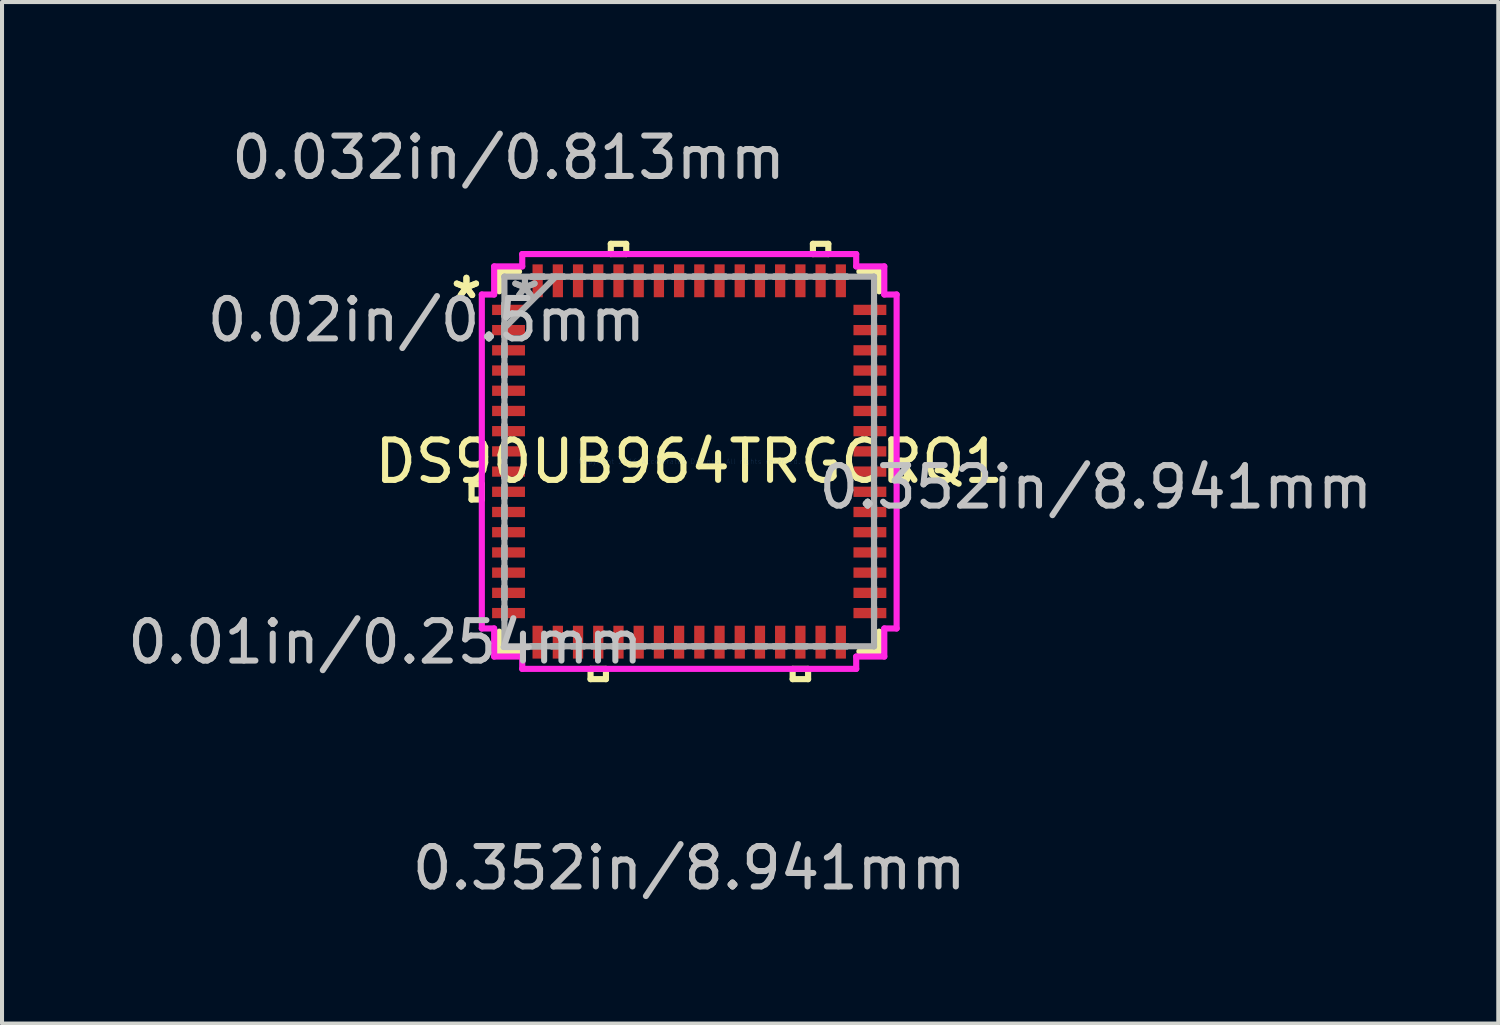
<source format=kicad_pcb>
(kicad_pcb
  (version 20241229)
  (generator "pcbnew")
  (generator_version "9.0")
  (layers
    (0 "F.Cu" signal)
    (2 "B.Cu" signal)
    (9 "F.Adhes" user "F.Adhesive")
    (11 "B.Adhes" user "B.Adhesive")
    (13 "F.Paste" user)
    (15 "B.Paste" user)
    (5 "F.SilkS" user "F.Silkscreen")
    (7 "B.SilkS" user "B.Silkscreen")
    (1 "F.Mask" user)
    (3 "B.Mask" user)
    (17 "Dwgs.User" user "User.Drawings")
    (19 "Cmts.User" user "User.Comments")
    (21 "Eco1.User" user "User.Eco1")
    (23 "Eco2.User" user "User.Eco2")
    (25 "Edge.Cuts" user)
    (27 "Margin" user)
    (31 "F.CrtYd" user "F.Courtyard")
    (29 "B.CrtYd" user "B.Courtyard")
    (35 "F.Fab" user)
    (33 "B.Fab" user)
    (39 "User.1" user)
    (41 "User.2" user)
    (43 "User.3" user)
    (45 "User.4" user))
  (footprint "DS90UB964TRGCRQ1"
    (layer "F.Cu")
    (at 14.001 8.367)
    (property "Reference" "DS90UB964TRGCRQ1" (at 0 0 0) (layer "F.SilkS") (effects (font (size 1 1) (thickness 0.15))))
    (attr through_hole)
    (fp_line (start -5.385 0.56) (end -5.385 0.941) (stroke (width 0.152) (type solid)) (layer "F.SilkS"))
    (fp_line (start -5.385 0.941) (end -5.131 0.941) (stroke (width 0.152) (type solid)) (layer "F.SilkS"))
    (fp_line (start -5.131 0.56) (end -5.385 0.56) (stroke (width 0.152) (type solid)) (layer "F.SilkS"))
    (fp_line (start -5.131 0.941) (end -5.131 0.56) (stroke (width 0.152) (type solid)) (layer "F.SilkS"))
    (fp_line (start -4.699 -4.699) (end -4.699 -4.21) (stroke (width 0.152) (type solid)) (layer "F.SilkS"))
    (fp_line (start -4.699 4.21) (end -4.699 4.699) (stroke (width 0.152) (type solid)) (layer "F.SilkS"))
    (fp_line (start -4.699 4.699) (end -4.21 4.699) (stroke (width 0.152) (type solid)) (layer "F.SilkS"))
    (fp_line (start -4.21 -4.699) (end -4.699 -4.699) (stroke (width 0.152) (type solid)) (layer "F.SilkS"))
    (fp_line (start -2.441 5.131) (end -2.441 5.385) (stroke (width 0.152) (type solid)) (layer "F.SilkS"))
    (fp_line (start -2.441 5.385) (end -2.06 5.385) (stroke (width 0.152) (type solid)) (layer "F.SilkS"))
    (fp_line (start -2.06 5.131) (end -2.441 5.131) (stroke (width 0.152) (type solid)) (layer "F.SilkS"))
    (fp_line (start -2.06 5.385) (end -2.06 5.131) (stroke (width 0.152) (type solid)) (layer "F.SilkS"))
    (fp_line (start -1.94 -5.385) (end -1.559 -5.385) (stroke (width 0.152) (type solid)) (layer "F.SilkS"))
    (fp_line (start -1.94 -5.131) (end -1.94 -5.385) (stroke (width 0.152) (type solid)) (layer "F.SilkS"))
    (fp_line (start -1.559 -5.385) (end -1.559 -5.131) (stroke (width 0.152) (type solid)) (layer "F.SilkS"))
    (fp_line (start -1.559 -5.131) (end -1.94 -5.131) (stroke (width 0.152) (type solid)) (layer "F.SilkS"))
    (fp_line (start 2.559 5.131) (end 2.559 5.385) (stroke (width 0.152) (type solid)) (layer "F.SilkS"))
    (fp_line (start 2.559 5.385) (end 2.941 5.385) (stroke (width 0.152) (type solid)) (layer "F.SilkS"))
    (fp_line (start 2.941 5.131) (end 2.559 5.131) (stroke (width 0.152) (type solid)) (layer "F.SilkS"))
    (fp_line (start 2.941 5.385) (end 2.941 5.131) (stroke (width 0.152) (type solid)) (layer "F.SilkS"))
    (fp_line (start 3.06 -5.385) (end 3.441 -5.385) (stroke (width 0.152) (type solid)) (layer "F.SilkS"))
    (fp_line (start 3.06 -5.131) (end 3.06 -5.385) (stroke (width 0.152) (type solid)) (layer "F.SilkS"))
    (fp_line (start 3.441 -5.385) (end 3.441 -5.131) (stroke (width 0.152) (type solid)) (layer "F.SilkS"))
    (fp_line (start 3.441 -5.131) (end 3.06 -5.131) (stroke (width 0.152) (type solid)) (layer "F.SilkS"))
    (fp_line (start 4.21 4.699) (end 4.699 4.699) (stroke (width 0.152) (type solid)) (layer "F.SilkS"))
    (fp_line (start 4.699 -4.699) (end 4.21 -4.699) (stroke (width 0.152) (type solid)) (layer "F.SilkS"))
    (fp_line (start 4.699 -4.21) (end 4.699 -4.699) (stroke (width 0.152) (type solid)) (layer "F.SilkS"))
    (fp_line (start 4.699 4.699) (end 4.699 4.21) (stroke (width 0.152) (type solid)) (layer "F.SilkS"))
    (fp_line (start 5.131 0.059) (end 5.385 0.059) (stroke (width 0.152) (type solid)) (layer "F.SilkS"))
    (fp_line (start 5.131 0.441) (end 5.131 0.059) (stroke (width 0.152) (type solid)) (layer "F.SilkS"))
    (fp_line (start 5.385 0.059) (end 5.385 0.441) (stroke (width 0.152) (type solid)) (layer "F.SilkS"))
    (fp_line (start 5.385 0.441) (end 5.131 0.441) (stroke (width 0.152) (type solid)) (layer "F.SilkS"))
    (fp_line (start -5.131 -4.131) (end -4.826 -4.131) (stroke (width 0.152) (type solid)) (layer "F.CrtYd"))
    (fp_line (start -5.131 4.131) (end -5.131 -4.131) (stroke (width 0.152) (type solid)) (layer "F.CrtYd"))
    (fp_line (start -4.826 -4.826) (end -4.131 -4.826) (stroke (width 0.152) (type solid)) (layer "F.CrtYd"))
    (fp_line (start -4.826 -4.131) (end -4.826 -4.826) (stroke (width 0.152) (type solid)) (layer "F.CrtYd"))
    (fp_line (start -4.826 4.131) (end -5.131 4.131) (stroke (width 0.152) (type solid)) (layer "F.CrtYd"))
    (fp_line (start -4.826 4.826) (end -4.826 4.131) (stroke (width 0.152) (type solid)) (layer "F.CrtYd"))
    (fp_line (start -4.131 -5.131) (end 4.131 -5.131) (stroke (width 0.152) (type solid)) (layer "F.CrtYd"))
    (fp_line (start -4.131 -4.826) (end -4.131 -5.131) (stroke (width 0.152) (type solid)) (layer "F.CrtYd"))
    (fp_line (start -4.131 4.826) (end -4.826 4.826) (stroke (width 0.152) (type solid)) (layer "F.CrtYd"))
    (fp_line (start -4.131 5.131) (end -4.131 4.826) (stroke (width 0.152) (type solid)) (layer "F.CrtYd"))
    (fp_line (start 4.131 -5.131) (end 4.131 -4.826) (stroke (width 0.152) (type solid)) (layer "F.CrtYd"))
    (fp_line (start 4.131 -4.826) (end 4.826 -4.826) (stroke (width 0.152) (type solid)) (layer "F.CrtYd"))
    (fp_line (start 4.131 4.826) (end 4.131 5.131) (stroke (width 0.152) (type solid)) (layer "F.CrtYd"))
    (fp_line (start 4.131 5.131) (end -4.131 5.131) (stroke (width 0.152) (type solid)) (layer "F.CrtYd"))
    (fp_line (start 4.826 -4.826) (end 4.826 -4.131) (stroke (width 0.152) (type solid)) (layer "F.CrtYd"))
    (fp_line (start 4.826 -4.131) (end 5.131 -4.131) (stroke (width 0.152) (type solid)) (layer "F.CrtYd"))
    (fp_line (start 4.826 4.131) (end 4.826 4.826) (stroke (width 0.152) (type solid)) (layer "F.CrtYd"))
    (fp_line (start 4.826 4.826) (end 4.131 4.826) (stroke (width 0.152) (type solid)) (layer "F.CrtYd"))
    (fp_line (start 5.131 -4.131) (end 5.131 4.131) (stroke (width 0.152) (type solid)) (layer "F.CrtYd"))
    (fp_line (start 5.131 4.131) (end 4.826 4.131) (stroke (width 0.152) (type solid)) (layer "F.CrtYd"))
    (fp_line (start -4.572 -4.572) (end -4.572 -4.572) (stroke (width 0.152) (type solid)) (layer "F.Fab"))
    (fp_line (start -4.572 -4.572) (end -4.572 4.572) (stroke (width 0.152) (type solid)) (layer "F.Fab"))
    (fp_line (start -4.572 -3.902) (end -4.572 -3.902) (stroke (width 0.152) (type solid)) (layer "F.Fab"))
    (fp_line (start -4.572 -3.902) (end -4.572 -3.598) (stroke (width 0.152) (type solid)) (layer "F.Fab"))
    (fp_line (start -4.572 -3.598) (end -4.572 -3.902) (stroke (width 0.152) (type solid)) (layer "F.Fab"))
    (fp_line (start -4.572 -3.598) (end -4.572 -3.598) (stroke (width 0.152) (type solid)) (layer "F.Fab"))
    (fp_line (start -4.572 -3.402) (end -4.572 -3.402) (stroke (width 0.152) (type solid)) (layer "F.Fab"))
    (fp_line (start -4.572 -3.402) (end -4.572 -3.098) (stroke (width 0.152) (type solid)) (layer "F.Fab"))
    (fp_line (start -4.572 -3.302) (end -3.302 -4.572) (stroke (width 0.152) (type solid)) (layer "F.Fab"))
    (fp_line (start -4.572 -3.098) (end -4.572 -3.402) (stroke (width 0.152) (type solid)) (layer "F.Fab"))
    (fp_line (start -4.572 -3.098) (end -4.572 -3.098) (stroke (width 0.152) (type solid)) (layer "F.Fab"))
    (fp_line (start -4.572 -2.902) (end -4.572 -2.902) (stroke (width 0.152) (type solid)) (layer "F.Fab"))
    (fp_line (start -4.572 -2.902) (end -4.572 -2.598) (stroke (width 0.152) (type solid)) (layer "F.Fab"))
    (fp_line (start -4.572 -2.598) (end -4.572 -2.902) (stroke (width 0.152) (type solid)) (layer "F.Fab"))
    (fp_line (start -4.572 -2.598) (end -4.572 -2.598) (stroke (width 0.152) (type solid)) (layer "F.Fab"))
    (fp_line (start -4.572 -2.402) (end -4.572 -2.402) (stroke (width 0.152) (type solid)) (layer "F.Fab"))
    (fp_line (start -4.572 -2.402) (end -4.572 -2.098) (stroke (width 0.152) (type solid)) (layer "F.Fab"))
    (fp_line (start -4.572 -2.098) (end -4.572 -2.402) (stroke (width 0.152) (type solid)) (layer "F.Fab"))
    (fp_line (start -4.572 -2.098) (end -4.572 -2.098) (stroke (width 0.152) (type solid)) (layer "F.Fab"))
    (fp_line (start -4.572 -1.902) (end -4.572 -1.902) (stroke (width 0.152) (type solid)) (layer "F.Fab"))
    (fp_line (start -4.572 -1.902) (end -4.572 -1.598) (stroke (width 0.152) (type solid)) (layer "F.Fab"))
    (fp_line (start -4.572 -1.598) (end -4.572 -1.902) (stroke (width 0.152) (type solid)) (layer "F.Fab"))
    (fp_line (start -4.572 -1.598) (end -4.572 -1.598) (stroke (width 0.152) (type solid)) (layer "F.Fab"))
    (fp_line (start -4.572 -1.402) (end -4.572 -1.402) (stroke (width 0.152) (type solid)) (layer "F.Fab"))
    (fp_line (start -4.572 -1.402) (end -4.572 -1.098) (stroke (width 0.152) (type solid)) (layer "F.Fab"))
    (fp_line (start -4.572 -1.098) (end -4.572 -1.402) (stroke (width 0.152) (type solid)) (layer "F.Fab"))
    (fp_line (start -4.572 -1.098) (end -4.572 -1.098) (stroke (width 0.152) (type solid)) (layer "F.Fab"))
    (fp_line (start -4.572 -0.902) (end -4.572 -0.902) (stroke (width 0.152) (type solid)) (layer "F.Fab"))
    (fp_line (start -4.572 -0.902) (end -4.572 -0.598) (stroke (width 0.152) (type solid)) (layer "F.Fab"))
    (fp_line (start -4.572 -0.598) (end -4.572 -0.902) (stroke (width 0.152) (type solid)) (layer "F.Fab"))
    (fp_line (start -4.572 -0.598) (end -4.572 -0.598) (stroke (width 0.152) (type solid)) (layer "F.Fab"))
    (fp_line (start -4.572 -0.402) (end -4.572 -0.402) (stroke (width 0.152) (type solid)) (layer "F.Fab"))
    (fp_line (start -4.572 -0.402) (end -4.572 -0.098) (stroke (width 0.152) (type solid)) (layer "F.Fab"))
    (fp_line (start -4.572 -0.098) (end -4.572 -0.402) (stroke (width 0.152) (type solid)) (layer "F.Fab"))
    (fp_line (start -4.572 -0.098) (end -4.572 -0.098) (stroke (width 0.152) (type solid)) (layer "F.Fab"))
    (fp_line (start -4.572 0.098) (end -4.572 0.098) (stroke (width 0.152) (type solid)) (layer "F.Fab"))
    (fp_line (start -4.572 0.098) (end -4.572 0.402) (stroke (width 0.152) (type solid)) (layer "F.Fab"))
    (fp_line (start -4.572 0.402) (end -4.572 0.098) (stroke (width 0.152) (type solid)) (layer "F.Fab"))
    (fp_line (start -4.572 0.402) (end -4.572 0.402) (stroke (width 0.152) (type solid)) (layer "F.Fab"))
    (fp_line (start -4.572 0.598) (end -4.572 0.598) (stroke (width 0.152) (type solid)) (layer "F.Fab"))
    (fp_line (start -4.572 0.598) (end -4.572 0.902) (stroke (width 0.152) (type solid)) (layer "F.Fab"))
    (fp_line (start -4.572 0.902) (end -4.572 0.598) (stroke (width 0.152) (type solid)) (layer "F.Fab"))
    (fp_line (start -4.572 0.902) (end -4.572 0.902) (stroke (width 0.152) (type solid)) (layer "F.Fab"))
    (fp_line (start -4.572 1.098) (end -4.572 1.098) (stroke (width 0.152) (type solid)) (layer "F.Fab"))
    (fp_line (start -4.572 1.098) (end -4.572 1.402) (stroke (width 0.152) (type solid)) (layer "F.Fab"))
    (fp_line (start -4.572 1.402) (end -4.572 1.098) (stroke (width 0.152) (type solid)) (layer "F.Fab"))
    (fp_line (start -4.572 1.402) (end -4.572 1.402) (stroke (width 0.152) (type solid)) (layer "F.Fab"))
    (fp_line (start -4.572 1.598) (end -4.572 1.598) (stroke (width 0.152) (type solid)) (layer "F.Fab"))
    (fp_line (start -4.572 1.598) (end -4.572 1.902) (stroke (width 0.152) (type solid)) (layer "F.Fab"))
    (fp_line (start -4.572 1.902) (end -4.572 1.598) (stroke (width 0.152) (type solid)) (layer "F.Fab"))
    (fp_line (start -4.572 1.902) (end -4.572 1.902) (stroke (width 0.152) (type solid)) (layer "F.Fab"))
    (fp_line (start -4.572 2.098) (end -4.572 2.098) (stroke (width 0.152) (type solid)) (layer "F.Fab"))
    (fp_line (start -4.572 2.098) (end -4.572 2.402) (stroke (width 0.152) (type solid)) (layer "F.Fab"))
    (fp_line (start -4.572 2.402) (end -4.572 2.098) (stroke (width 0.152) (type solid)) (layer "F.Fab"))
    (fp_line (start -4.572 2.402) (end -4.572 2.402) (stroke (width 0.152) (type solid)) (layer "F.Fab"))
    (fp_line (start -4.572 2.598) (end -4.572 2.598) (stroke (width 0.152) (type solid)) (layer "F.Fab"))
    (fp_line (start -4.572 2.598) (end -4.572 2.902) (stroke (width 0.152) (type solid)) (layer "F.Fab"))
    (fp_line (start -4.572 2.902) (end -4.572 2.598) (stroke (width 0.152) (type solid)) (layer "F.Fab"))
    (fp_line (start -4.572 2.902) (end -4.572 2.902) (stroke (width 0.152) (type solid)) (layer "F.Fab"))
    (fp_line (start -4.572 3.098) (end -4.572 3.098) (stroke (width 0.152) (type solid)) (layer "F.Fab"))
    (fp_line (start -4.572 3.098) (end -4.572 3.402) (stroke (width 0.152) (type solid)) (layer "F.Fab"))
    (fp_line (start -4.572 3.402) (end -4.572 3.098) (stroke (width 0.152) (type solid)) (layer "F.Fab"))
    (fp_line (start -4.572 3.402) (end -4.572 3.402) (stroke (width 0.152) (type solid)) (layer "F.Fab"))
    (fp_line (start -4.572 3.598) (end -4.572 3.598) (stroke (width 0.152) (type solid)) (layer "F.Fab"))
    (fp_line (start -4.572 3.598) (end -4.572 3.902) (stroke (width 0.152) (type solid)) (layer "F.Fab"))
    (fp_line (start -4.572 3.902) (end -4.572 3.598) (stroke (width 0.152) (type solid)) (layer "F.Fab"))
    (fp_line (start -4.572 3.902) (end -4.572 3.902) (stroke (width 0.152) (type solid)) (layer "F.Fab"))
    (fp_line (start -4.572 4.572) (end -4.572 4.572) (stroke (width 0.152) (type solid)) (layer "F.Fab"))
    (fp_line (start -4.572 4.572) (end 4.572 4.572) (stroke (width 0.152) (type solid)) (layer "F.Fab"))
    (fp_line (start -3.902 -4.572) (end -3.902 -4.572) (stroke (width 0.152) (type solid)) (layer "F.Fab"))
    (fp_line (start -3.902 -4.572) (end -3.598 -4.572) (stroke (width 0.152) (type solid)) (layer "F.Fab"))
    (fp_line (start -3.902 4.572) (end -3.902 4.572) (stroke (width 0.152) (type solid)) (layer "F.Fab"))
    (fp_line (start -3.902 4.572) (end -3.598 4.572) (stroke (width 0.152) (type solid)) (layer "F.Fab"))
    (fp_line (start -3.598 -4.572) (end -3.902 -4.572) (stroke (width 0.152) (type solid)) (layer "F.Fab"))
    (fp_line (start -3.598 -4.572) (end -3.598 -4.572) (stroke (width 0.152) (type solid)) (layer "F.Fab"))
    (fp_line (start -3.598 4.572) (end -3.902 4.572) (stroke (width 0.152) (type solid)) (layer "F.Fab"))
    (fp_line (start -3.598 4.572) (end -3.598 4.572) (stroke (width 0.152) (type solid)) (layer "F.Fab"))
    (fp_line (start -3.402 -4.572) (end -3.402 -4.572) (stroke (width 0.152) (type solid)) (layer "F.Fab"))
    (fp_line (start -3.402 -4.572) (end -3.098 -4.572) (stroke (width 0.152) (type solid)) (layer "F.Fab"))
    (fp_line (start -3.402 4.572) (end -3.402 4.572) (stroke (width 0.152) (type solid)) (layer "F.Fab"))
    (fp_line (start -3.402 4.572) (end -3.098 4.572) (stroke (width 0.152) (type solid)) (layer "F.Fab"))
    (fp_line (start -3.098 -4.572) (end -3.402 -4.572) (stroke (width 0.152) (type solid)) (layer "F.Fab"))
    (fp_line (start -3.098 -4.572) (end -3.098 -4.572) (stroke (width 0.152) (type solid)) (layer "F.Fab"))
    (fp_line (start -3.098 4.572) (end -3.402 4.572) (stroke (width 0.152) (type solid)) (layer "F.Fab"))
    (fp_line (start -3.098 4.572) (end -3.098 4.572) (stroke (width 0.152) (type solid)) (layer "F.Fab"))
    (fp_line (start -2.902 -4.572) (end -2.902 -4.572) (stroke (width 0.152) (type solid)) (layer "F.Fab"))
    (fp_line (start -2.902 -4.572) (end -2.598 -4.572) (stroke (width 0.152) (type solid)) (layer "F.Fab"))
    (fp_line (start -2.902 4.572) (end -2.902 4.572) (stroke (width 0.152) (type solid)) (layer "F.Fab"))
    (fp_line (start -2.902 4.572) (end -2.598 4.572) (stroke (width 0.152) (type solid)) (layer "F.Fab"))
    (fp_line (start -2.598 -4.572) (end -2.902 -4.572) (stroke (width 0.152) (type solid)) (layer "F.Fab"))
    (fp_line (start -2.598 -4.572) (end -2.598 -4.572) (stroke (width 0.152) (type solid)) (layer "F.Fab"))
    (fp_line (start -2.598 4.572) (end -2.902 4.572) (stroke (width 0.152) (type solid)) (layer "F.Fab"))
    (fp_line (start -2.598 4.572) (end -2.598 4.572) (stroke (width 0.152) (type solid)) (layer "F.Fab"))
    (fp_line (start -2.402 -4.572) (end -2.402 -4.572) (stroke (width 0.152) (type solid)) (layer "F.Fab"))
    (fp_line (start -2.402 -4.572) (end -2.098 -4.572) (stroke (width 0.152) (type solid)) (layer "F.Fab"))
    (fp_line (start -2.402 4.572) (end -2.402 4.572) (stroke (width 0.152) (type solid)) (layer "F.Fab"))
    (fp_line (start -2.402 4.572) (end -2.098 4.572) (stroke (width 0.152) (type solid)) (layer "F.Fab"))
    (fp_line (start -2.098 -4.572) (end -2.402 -4.572) (stroke (width 0.152) (type solid)) (layer "F.Fab"))
    (fp_line (start -2.098 -4.572) (end -2.098 -4.572) (stroke (width 0.152) (type solid)) (layer "F.Fab"))
    (fp_line (start -2.098 4.572) (end -2.402 4.572) (stroke (width 0.152) (type solid)) (layer "F.Fab"))
    (fp_line (start -2.098 4.572) (end -2.098 4.572) (stroke (width 0.152) (type solid)) (layer "F.Fab"))
    (fp_line (start -1.902 -4.572) (end -1.902 -4.572) (stroke (width 0.152) (type solid)) (layer "F.Fab"))
    (fp_line (start -1.902 -4.572) (end -1.598 -4.572) (stroke (width 0.152) (type solid)) (layer "F.Fab"))
    (fp_line (start -1.902 4.572) (end -1.902 4.572) (stroke (width 0.152) (type solid)) (layer "F.Fab"))
    (fp_line (start -1.902 4.572) (end -1.598 4.572) (stroke (width 0.152) (type solid)) (layer "F.Fab"))
    (fp_line (start -1.598 -4.572) (end -1.902 -4.572) (stroke (width 0.152) (type solid)) (layer "F.Fab"))
    (fp_line (start -1.598 -4.572) (end -1.598 -4.572) (stroke (width 0.152) (type solid)) (layer "F.Fab"))
    (fp_line (start -1.598 4.572) (end -1.902 4.572) (stroke (width 0.152) (type solid)) (layer "F.Fab"))
    (fp_line (start -1.598 4.572) (end -1.598 4.572) (stroke (width 0.152) (type solid)) (layer "F.Fab"))
    (fp_line (start -1.402 -4.572) (end -1.402 -4.572) (stroke (width 0.152) (type solid)) (layer "F.Fab"))
    (fp_line (start -1.402 -4.572) (end -1.098 -4.572) (stroke (width 0.152) (type solid)) (layer "F.Fab"))
    (fp_line (start -1.402 4.572) (end -1.402 4.572) (stroke (width 0.152) (type solid)) (layer "F.Fab"))
    (fp_line (start -1.402 4.572) (end -1.098 4.572) (stroke (width 0.152) (type solid)) (layer "F.Fab"))
    (fp_line (start -1.098 -4.572) (end -1.402 -4.572) (stroke (width 0.152) (type solid)) (layer "F.Fab"))
    (fp_line (start -1.098 -4.572) (end -1.098 -4.572) (stroke (width 0.152) (type solid)) (layer "F.Fab"))
    (fp_line (start -1.098 4.572) (end -1.402 4.572) (stroke (width 0.152) (type solid)) (layer "F.Fab"))
    (fp_line (start -1.098 4.572) (end -1.098 4.572) (stroke (width 0.152) (type solid)) (layer "F.Fab"))
    (fp_line (start -0.902 -4.572) (end -0.902 -4.572) (stroke (width 0.152) (type solid)) (layer "F.Fab"))
    (fp_line (start -0.902 -4.572) (end -0.598 -4.572) (stroke (width 0.152) (type solid)) (layer "F.Fab"))
    (fp_line (start -0.902 4.572) (end -0.902 4.572) (stroke (width 0.152) (type solid)) (layer "F.Fab"))
    (fp_line (start -0.902 4.572) (end -0.598 4.572) (stroke (width 0.152) (type solid)) (layer "F.Fab"))
    (fp_line (start -0.598 -4.572) (end -0.902 -4.572) (stroke (width 0.152) (type solid)) (layer "F.Fab"))
    (fp_line (start -0.598 -4.572) (end -0.598 -4.572) (stroke (width 0.152) (type solid)) (layer "F.Fab"))
    (fp_line (start -0.598 4.572) (end -0.902 4.572) (stroke (width 0.152) (type solid)) (layer "F.Fab"))
    (fp_line (start -0.598 4.572) (end -0.598 4.572) (stroke (width 0.152) (type solid)) (layer "F.Fab"))
    (fp_line (start -0.402 -4.572) (end -0.402 -4.572) (stroke (width 0.152) (type solid)) (layer "F.Fab"))
    (fp_line (start -0.402 -4.572) (end -0.098 -4.572) (stroke (width 0.152) (type solid)) (layer "F.Fab"))
    (fp_line (start -0.402 4.572) (end -0.402 4.572) (stroke (width 0.152) (type solid)) (layer "F.Fab"))
    (fp_line (start -0.402 4.572) (end -0.098 4.572) (stroke (width 0.152) (type solid)) (layer "F.Fab"))
    (fp_line (start -0.098 -4.572) (end -0.402 -4.572) (stroke (width 0.152) (type solid)) (layer "F.Fab"))
    (fp_line (start -0.098 -4.572) (end -0.098 -4.572) (stroke (width 0.152) (type solid)) (layer "F.Fab"))
    (fp_line (start -0.098 4.572) (end -0.402 4.572) (stroke (width 0.152) (type solid)) (layer "F.Fab"))
    (fp_line (start -0.098 4.572) (end -0.098 4.572) (stroke (width 0.152) (type solid)) (layer "F.Fab"))
    (fp_line (start 0.098 -4.572) (end 0.098 -4.572) (stroke (width 0.152) (type solid)) (layer "F.Fab"))
    (fp_line (start 0.098 -4.572) (end 0.402 -4.572) (stroke (width 0.152) (type solid)) (layer "F.Fab"))
    (fp_line (start 0.098 4.572) (end 0.098 4.572) (stroke (width 0.152) (type solid)) (layer "F.Fab"))
    (fp_line (start 0.098 4.572) (end 0.402 4.572) (stroke (width 0.152) (type solid)) (layer "F.Fab"))
    (fp_line (start 0.402 -4.572) (end 0.098 -4.572) (stroke (width 0.152) (type solid)) (layer "F.Fab"))
    (fp_line (start 0.402 -4.572) (end 0.402 -4.572) (stroke (width 0.152) (type solid)) (layer "F.Fab"))
    (fp_line (start 0.402 4.572) (end 0.098 4.572) (stroke (width 0.152) (type solid)) (layer "F.Fab"))
    (fp_line (start 0.402 4.572) (end 0.402 4.572) (stroke (width 0.152) (type solid)) (layer "F.Fab"))
    (fp_line (start 0.598 -4.572) (end 0.598 -4.572) (stroke (width 0.152) (type solid)) (layer "F.Fab"))
    (fp_line (start 0.598 -4.572) (end 0.902 -4.572) (stroke (width 0.152) (type solid)) (layer "F.Fab"))
    (fp_line (start 0.598 4.572) (end 0.598 4.572) (stroke (width 0.152) (type solid)) (layer "F.Fab"))
    (fp_line (start 0.598 4.572) (end 0.902 4.572) (stroke (width 0.152) (type solid)) (layer "F.Fab"))
    (fp_line (start 0.902 -4.572) (end 0.598 -4.572) (stroke (width 0.152) (type solid)) (layer "F.Fab"))
    (fp_line (start 0.902 -4.572) (end 0.902 -4.572) (stroke (width 0.152) (type solid)) (layer "F.Fab"))
    (fp_line (start 0.902 4.572) (end 0.598 4.572) (stroke (width 0.152) (type solid)) (layer "F.Fab"))
    (fp_line (start 0.902 4.572) (end 0.902 4.572) (stroke (width 0.152) (type solid)) (layer "F.Fab"))
    (fp_line (start 1.098 -4.572) (end 1.098 -4.572) (stroke (width 0.152) (type solid)) (layer "F.Fab"))
    (fp_line (start 1.098 -4.572) (end 1.402 -4.572) (stroke (width 0.152) (type solid)) (layer "F.Fab"))
    (fp_line (start 1.098 4.572) (end 1.098 4.572) (stroke (width 0.152) (type solid)) (layer "F.Fab"))
    (fp_line (start 1.098 4.572) (end 1.402 4.572) (stroke (width 0.152) (type solid)) (layer "F.Fab"))
    (fp_line (start 1.402 -4.572) (end 1.098 -4.572) (stroke (width 0.152) (type solid)) (layer "F.Fab"))
    (fp_line (start 1.402 -4.572) (end 1.402 -4.572) (stroke (width 0.152) (type solid)) (layer "F.Fab"))
    (fp_line (start 1.402 4.572) (end 1.098 4.572) (stroke (width 0.152) (type solid)) (layer "F.Fab"))
    (fp_line (start 1.402 4.572) (end 1.402 4.572) (stroke (width 0.152) (type solid)) (layer "F.Fab"))
    (fp_line (start 1.598 -4.572) (end 1.598 -4.572) (stroke (width 0.152) (type solid)) (layer "F.Fab"))
    (fp_line (start 1.598 -4.572) (end 1.902 -4.572) (stroke (width 0.152) (type solid)) (layer "F.Fab"))
    (fp_line (start 1.598 4.572) (end 1.598 4.572) (stroke (width 0.152) (type solid)) (layer "F.Fab"))
    (fp_line (start 1.598 4.572) (end 1.902 4.572) (stroke (width 0.152) (type solid)) (layer "F.Fab"))
    (fp_line (start 1.902 -4.572) (end 1.598 -4.572) (stroke (width 0.152) (type solid)) (layer "F.Fab"))
    (fp_line (start 1.902 -4.572) (end 1.902 -4.572) (stroke (width 0.152) (type solid)) (layer "F.Fab"))
    (fp_line (start 1.902 4.572) (end 1.598 4.572) (stroke (width 0.152) (type solid)) (layer "F.Fab"))
    (fp_line (start 1.902 4.572) (end 1.902 4.572) (stroke (width 0.152) (type solid)) (layer "F.Fab"))
    (fp_line (start 2.098 -4.572) (end 2.098 -4.572) (stroke (width 0.152) (type solid)) (layer "F.Fab"))
    (fp_line (start 2.098 -4.572) (end 2.402 -4.572) (stroke (width 0.152) (type solid)) (layer "F.Fab"))
    (fp_line (start 2.098 4.572) (end 2.098 4.572) (stroke (width 0.152) (type solid)) (layer "F.Fab"))
    (fp_line (start 2.098 4.572) (end 2.402 4.572) (stroke (width 0.152) (type solid)) (layer "F.Fab"))
    (fp_line (start 2.402 -4.572) (end 2.098 -4.572) (stroke (width 0.152) (type solid)) (layer "F.Fab"))
    (fp_line (start 2.402 -4.572) (end 2.402 -4.572) (stroke (width 0.152) (type solid)) (layer "F.Fab"))
    (fp_line (start 2.402 4.572) (end 2.098 4.572) (stroke (width 0.152) (type solid)) (layer "F.Fab"))
    (fp_line (start 2.402 4.572) (end 2.402 4.572) (stroke (width 0.152) (type solid)) (layer "F.Fab"))
    (fp_line (start 2.598 -4.572) (end 2.598 -4.572) (stroke (width 0.152) (type solid)) (layer "F.Fab"))
    (fp_line (start 2.598 -4.572) (end 2.902 -4.572) (stroke (width 0.152) (type solid)) (layer "F.Fab"))
    (fp_line (start 2.598 4.572) (end 2.598 4.572) (stroke (width 0.152) (type solid)) (layer "F.Fab"))
    (fp_line (start 2.598 4.572) (end 2.902 4.572) (stroke (width 0.152) (type solid)) (layer "F.Fab"))
    (fp_line (start 2.902 -4.572) (end 2.598 -4.572) (stroke (width 0.152) (type solid)) (layer "F.Fab"))
    (fp_line (start 2.902 -4.572) (end 2.902 -4.572) (stroke (width 0.152) (type solid)) (layer "F.Fab"))
    (fp_line (start 2.902 4.572) (end 2.598 4.572) (stroke (width 0.152) (type solid)) (layer "F.Fab"))
    (fp_line (start 2.902 4.572) (end 2.902 4.572) (stroke (width 0.152) (type solid)) (layer "F.Fab"))
    (fp_line (start 3.098 -4.572) (end 3.098 -4.572) (stroke (width 0.152) (type solid)) (layer "F.Fab"))
    (fp_line (start 3.098 -4.572) (end 3.402 -4.572) (stroke (width 0.152) (type solid)) (layer "F.Fab"))
    (fp_line (start 3.098 4.572) (end 3.098 4.572) (stroke (width 0.152) (type solid)) (layer "F.Fab"))
    (fp_line (start 3.098 4.572) (end 3.402 4.572) (stroke (width 0.152) (type solid)) (layer "F.Fab"))
    (fp_line (start 3.402 -4.572) (end 3.098 -4.572) (stroke (width 0.152) (type solid)) (layer "F.Fab"))
    (fp_line (start 3.402 -4.572) (end 3.402 -4.572) (stroke (width 0.152) (type solid)) (layer "F.Fab"))
    (fp_line (start 3.402 4.572) (end 3.098 4.572) (stroke (width 0.152) (type solid)) (layer "F.Fab"))
    (fp_line (start 3.402 4.572) (end 3.402 4.572) (stroke (width 0.152) (type solid)) (layer "F.Fab"))
    (fp_line (start 3.598 -4.572) (end 3.598 -4.572) (stroke (width 0.152) (type solid)) (layer "F.Fab"))
    (fp_line (start 3.598 -4.572) (end 3.902 -4.572) (stroke (width 0.152) (type solid)) (layer "F.Fab"))
    (fp_line (start 3.598 4.572) (end 3.598 4.572) (stroke (width 0.152) (type solid)) (layer "F.Fab"))
    (fp_line (start 3.598 4.572) (end 3.902 4.572) (stroke (width 0.152) (type solid)) (layer "F.Fab"))
    (fp_line (start 3.902 -4.572) (end 3.598 -4.572) (stroke (width 0.152) (type solid)) (layer "F.Fab"))
    (fp_line (start 3.902 -4.572) (end 3.902 -4.572) (stroke (width 0.152) (type solid)) (layer "F.Fab"))
    (fp_line (start 3.902 4.572) (end 3.598 4.572) (stroke (width 0.152) (type solid)) (layer "F.Fab"))
    (fp_line (start 3.902 4.572) (end 3.902 4.572) (stroke (width 0.152) (type solid)) (layer "F.Fab"))
    (fp_line (start 4.572 -4.572) (end -4.572 -4.572) (stroke (width 0.152) (type solid)) (layer "F.Fab"))
    (fp_line (start 4.572 -4.572) (end 4.572 -4.572) (stroke (width 0.152) (type solid)) (layer "F.Fab"))
    (fp_line (start 4.572 -3.902) (end 4.572 -3.902) (stroke (width 0.152) (type solid)) (layer "F.Fab"))
    (fp_line (start 4.572 -3.902) (end 4.572 -3.598) (stroke (width 0.152) (type solid)) (layer "F.Fab"))
    (fp_line (start 4.572 -3.598) (end 4.572 -3.902) (stroke (width 0.152) (type solid)) (layer "F.Fab"))
    (fp_line (start 4.572 -3.598) (end 4.572 -3.598) (stroke (width 0.152) (type solid)) (layer "F.Fab"))
    (fp_line (start 4.572 -3.402) (end 4.572 -3.402) (stroke (width 0.152) (type solid)) (layer "F.Fab"))
    (fp_line (start 4.572 -3.402) (end 4.572 -3.098) (stroke (width 0.152) (type solid)) (layer "F.Fab"))
    (fp_line (start 4.572 -3.098) (end 4.572 -3.402) (stroke (width 0.152) (type solid)) (layer "F.Fab"))
    (fp_line (start 4.572 -3.098) (end 4.572 -3.098) (stroke (width 0.152) (type solid)) (layer "F.Fab"))
    (fp_line (start 4.572 -2.902) (end 4.572 -2.902) (stroke (width 0.152) (type solid)) (layer "F.Fab"))
    (fp_line (start 4.572 -2.902) (end 4.572 -2.598) (stroke (width 0.152) (type solid)) (layer "F.Fab"))
    (fp_line (start 4.572 -2.598) (end 4.572 -2.902) (stroke (width 0.152) (type solid)) (layer "F.Fab"))
    (fp_line (start 4.572 -2.598) (end 4.572 -2.598) (stroke (width 0.152) (type solid)) (layer "F.Fab"))
    (fp_line (start 4.572 -2.402) (end 4.572 -2.402) (stroke (width 0.152) (type solid)) (layer "F.Fab"))
    (fp_line (start 4.572 -2.402) (end 4.572 -2.098) (stroke (width 0.152) (type solid)) (layer "F.Fab"))
    (fp_line (start 4.572 -2.098) (end 4.572 -2.402) (stroke (width 0.152) (type solid)) (layer "F.Fab"))
    (fp_line (start 4.572 -2.098) (end 4.572 -2.098) (stroke (width 0.152) (type solid)) (layer "F.Fab"))
    (fp_line (start 4.572 -1.902) (end 4.572 -1.902) (stroke (width 0.152) (type solid)) (layer "F.Fab"))
    (fp_line (start 4.572 -1.902) (end 4.572 -1.598) (stroke (width 0.152) (type solid)) (layer "F.Fab"))
    (fp_line (start 4.572 -1.598) (end 4.572 -1.902) (stroke (width 0.152) (type solid)) (layer "F.Fab"))
    (fp_line (start 4.572 -1.598) (end 4.572 -1.598) (stroke (width 0.152) (type solid)) (layer "F.Fab"))
    (fp_line (start 4.572 -1.402) (end 4.572 -1.402) (stroke (width 0.152) (type solid)) (layer "F.Fab"))
    (fp_line (start 4.572 -1.402) (end 4.572 -1.098) (stroke (width 0.152) (type solid)) (layer "F.Fab"))
    (fp_line (start 4.572 -1.098) (end 4.572 -1.402) (stroke (width 0.152) (type solid)) (layer "F.Fab"))
    (fp_line (start 4.572 -1.098) (end 4.572 -1.098) (stroke (width 0.152) (type solid)) (layer "F.Fab"))
    (fp_line (start 4.572 -0.902) (end 4.572 -0.902) (stroke (width 0.152) (type solid)) (layer "F.Fab"))
    (fp_line (start 4.572 -0.902) (end 4.572 -0.598) (stroke (width 0.152) (type solid)) (layer "F.Fab"))
    (fp_line (start 4.572 -0.598) (end 4.572 -0.902) (stroke (width 0.152) (type solid)) (layer "F.Fab"))
    (fp_line (start 4.572 -0.598) (end 4.572 -0.598) (stroke (width 0.152) (type solid)) (layer "F.Fab"))
    (fp_line (start 4.572 -0.402) (end 4.572 -0.402) (stroke (width 0.152) (type solid)) (layer "F.Fab"))
    (fp_line (start 4.572 -0.402) (end 4.572 -0.098) (stroke (width 0.152) (type solid)) (layer "F.Fab"))
    (fp_line (start 4.572 -0.098) (end 4.572 -0.402) (stroke (width 0.152) (type solid)) (layer "F.Fab"))
    (fp_line (start 4.572 -0.098) (end 4.572 -0.098) (stroke (width 0.152) (type solid)) (layer "F.Fab"))
    (fp_line (start 4.572 0.098) (end 4.572 0.098) (stroke (width 0.152) (type solid)) (layer "F.Fab"))
    (fp_line (start 4.572 0.098) (end 4.572 0.402) (stroke (width 0.152) (type solid)) (layer "F.Fab"))
    (fp_line (start 4.572 0.402) (end 4.572 0.098) (stroke (width 0.152) (type solid)) (layer "F.Fab"))
    (fp_line (start 4.572 0.402) (end 4.572 0.402) (stroke (width 0.152) (type solid)) (layer "F.Fab"))
    (fp_line (start 4.572 0.598) (end 4.572 0.598) (stroke (width 0.152) (type solid)) (layer "F.Fab"))
    (fp_line (start 4.572 0.598) (end 4.572 0.902) (stroke (width 0.152) (type solid)) (layer "F.Fab"))
    (fp_line (start 4.572 0.902) (end 4.572 0.598) (stroke (width 0.152) (type solid)) (layer "F.Fab"))
    (fp_line (start 4.572 0.902) (end 4.572 0.902) (stroke (width 0.152) (type solid)) (layer "F.Fab"))
    (fp_line (start 4.572 1.098) (end 4.572 1.098) (stroke (width 0.152) (type solid)) (layer "F.Fab"))
    (fp_line (start 4.572 1.098) (end 4.572 1.402) (stroke (width 0.152) (type solid)) (layer "F.Fab"))
    (fp_line (start 4.572 1.402) (end 4.572 1.098) (stroke (width 0.152) (type solid)) (layer "F.Fab"))
    (fp_line (start 4.572 1.402) (end 4.572 1.402) (stroke (width 0.152) (type solid)) (layer "F.Fab"))
    (fp_line (start 4.572 1.598) (end 4.572 1.598) (stroke (width 0.152) (type solid)) (layer "F.Fab"))
    (fp_line (start 4.572 1.598) (end 4.572 1.902) (stroke (width 0.152) (type solid)) (layer "F.Fab"))
    (fp_line (start 4.572 1.902) (end 4.572 1.598) (stroke (width 0.152) (type solid)) (layer "F.Fab"))
    (fp_line (start 4.572 1.902) (end 4.572 1.902) (stroke (width 0.152) (type solid)) (layer "F.Fab"))
    (fp_line (start 4.572 2.098) (end 4.572 2.098) (stroke (width 0.152) (type solid)) (layer "F.Fab"))
    (fp_line (start 4.572 2.098) (end 4.572 2.402) (stroke (width 0.152) (type solid)) (layer "F.Fab"))
    (fp_line (start 4.572 2.402) (end 4.572 2.098) (stroke (width 0.152) (type solid)) (layer "F.Fab"))
    (fp_line (start 4.572 2.402) (end 4.572 2.402) (stroke (width 0.152) (type solid)) (layer "F.Fab"))
    (fp_line (start 4.572 2.598) (end 4.572 2.598) (stroke (width 0.152) (type solid)) (layer "F.Fab"))
    (fp_line (start 4.572 2.598) (end 4.572 2.902) (stroke (width 0.152) (type solid)) (layer "F.Fab"))
    (fp_line (start 4.572 2.902) (end 4.572 2.598) (stroke (width 0.152) (type solid)) (layer "F.Fab"))
    (fp_line (start 4.572 2.902) (end 4.572 2.902) (stroke (width 0.152) (type solid)) (layer "F.Fab"))
    (fp_line (start 4.572 3.098) (end 4.572 3.098) (stroke (width 0.152) (type solid)) (layer "F.Fab"))
    (fp_line (start 4.572 3.098) (end 4.572 3.402) (stroke (width 0.152) (type solid)) (layer "F.Fab"))
    (fp_line (start 4.572 3.402) (end 4.572 3.098) (stroke (width 0.152) (type solid)) (layer "F.Fab"))
    (fp_line (start 4.572 3.402) (end 4.572 3.402) (stroke (width 0.152) (type solid)) (layer "F.Fab"))
    (fp_line (start 4.572 3.598) (end 4.572 3.598) (stroke (width 0.152) (type solid)) (layer "F.Fab"))
    (fp_line (start 4.572 3.598) (end 4.572 3.902) (stroke (width 0.152) (type solid)) (layer "F.Fab"))
    (fp_line (start 4.572 3.902) (end 4.572 3.598) (stroke (width 0.152) (type solid)) (layer "F.Fab"))
    (fp_line (start 4.572 3.902) (end 4.572 3.902) (stroke (width 0.152) (type solid)) (layer "F.Fab"))
    (fp_line (start 4.572 4.572) (end 4.572 -4.572) (stroke (width 0.152) (type solid)) (layer "F.Fab"))
    (fp_line (start 4.572 4.572) (end 4.572 4.572) (stroke (width 0.152) (type solid)) (layer "F.Fab"))
    (fp_text user "*" (at -5.512 -4 0) (layer "F.SilkS") (effects (font (size 1 1) (thickness 0.15))))
    (fp_text user "*" (at -5.512 -4 0) (layer "F.SilkS") (effects (font (size 1 1) (thickness 0.15))))
    (fp_text user "0.032in/0.813mm" (at -4.47 -7.518 0) (layer "Dwgs.User") (effects (font (size 1 1) (thickness 0.15))))
    (fp_text user "0.352in/8.941mm" (at 0 10.058 0) (layer "Dwgs.User") (effects (font (size 1 1) (thickness 0.15))))
    (fp_text user "0.02in/0.5mm" (at -6.502 -3.5 0) (layer "Dwgs.User") (effects (font (size 1 1) (thickness 0.15))))
    (fp_text user "0.01in/0.254mm" (at -7.518 4.47 0) (layer "Dwgs.User") (effects (font (size 1 1) (thickness 0.15))))
    (fp_text user "0.352in/8.941mm" (at 10.058 0.635 0) (layer "Dwgs.User") (effects (font (size 1 1) (thickness 0.15))))
    (fp_text user "Copyright 2016 Accelerated Designs. All rights reserved." (at 0 0 0) (layer "Cmts.User") (effects (font (size 0.127 0.127) (thickness 0.002))))
    (fp_text user "*" (at -4.064 -4 0) (layer "F.Fab") (effects (font (size 1 1) (thickness 0.15))))
    (fp_text user "*" (at -4.064 -4 0) (layer "F.Fab") (effects (font (size 1 1) (thickness 0.15))))
    (pad "1" smd rect (at -4.47 -3.75 90) (size 0.254 0.813) (layers "F.Cu" "F.Mask" "F.Paste"))
    (pad "2" smd rect (at -4.47 -3.25 90) (size 0.254 0.813) (layers "F.Cu" "F.Mask" "F.Paste"))
    (pad "3" smd rect (at -4.47 -2.75 90) (size 0.254 0.813) (layers "F.Cu" "F.Mask" "F.Paste"))
    (pad "4" smd rect (at -4.47 -2.25 90) (size 0.254 0.813) (layers "F.Cu" "F.Mask" "F.Paste"))
    (pad "5" smd rect (at -4.47 -1.75 90) (size 0.254 0.813) (layers "F.Cu" "F.Mask" "F.Paste"))
    (pad "6" smd rect (at -4.47 -1.25 90) (size 0.254 0.813) (layers "F.Cu" "F.Mask" "F.Paste"))
    (pad "7" smd rect (at -4.47 -0.75 90) (size 0.254 0.813) (layers "F.Cu" "F.Mask" "F.Paste"))
    (pad "8" smd rect (at -4.47 -0.25 90) (size 0.254 0.813) (layers "F.Cu" "F.Mask" "F.Paste"))
    (pad "9" smd rect (at -4.47 0.25 90) (size 0.254 0.813) (layers "F.Cu" "F.Mask" "F.Paste"))
    (pad "10" smd rect (at -4.47 0.75 90) (size 0.254 0.813) (layers "F.Cu" "F.Mask" "F.Paste"))
    (pad "11" smd rect (at -4.47 1.25 90) (size 0.254 0.813) (layers "F.Cu" "F.Mask" "F.Paste"))
    (pad "12" smd rect (at -4.47 1.75 90) (size 0.254 0.813) (layers "F.Cu" "F.Mask" "F.Paste"))
    (pad "13" smd rect (at -4.47 2.25 90) (size 0.254 0.813) (layers "F.Cu" "F.Mask" "F.Paste"))
    (pad "14" smd rect (at -4.47 2.75 90) (size 0.254 0.813) (layers "F.Cu" "F.Mask" "F.Paste"))
    (pad "15" smd rect (at -4.47 3.25 90) (size 0.254 0.813) (layers "F.Cu" "F.Mask" "F.Paste"))
    (pad "16" smd rect (at -4.47 3.75 90) (size 0.254 0.813) (layers "F.Cu" "F.Mask" "F.Paste"))
    (pad "17" smd rect (at -3.75 4.47) (size 0.254 0.813) (layers "F.Cu" "F.Mask" "F.Paste"))
    (pad "18" smd rect (at -3.25 4.47) (size 0.254 0.813) (layers "F.Cu" "F.Mask" "F.Paste"))
    (pad "19" smd rect (at -2.75 4.47) (size 0.254 0.813) (layers "F.Cu" "F.Mask" "F.Paste"))
    (pad "20" smd rect (at -2.25 4.47) (size 0.254 0.813) (layers "F.Cu" "F.Mask" "F.Paste"))
    (pad "21" smd rect (at -1.75 4.47) (size 0.254 0.813) (layers "F.Cu" "F.Mask" "F.Paste"))
    (pad "22" smd rect (at -1.25 4.47) (size 0.254 0.813) (layers "F.Cu" "F.Mask" "F.Paste"))
    (pad "23" smd rect (at -0.75 4.47) (size 0.254 0.813) (layers "F.Cu" "F.Mask" "F.Paste"))
    (pad "24" smd rect (at -0.25 4.47) (size 0.254 0.813) (layers "F.Cu" "F.Mask" "F.Paste"))
    (pad "25" smd rect (at 0.25 4.47) (size 0.254 0.813) (layers "F.Cu" "F.Mask" "F.Paste"))
    (pad "26" smd rect (at 0.75 4.47) (size 0.254 0.813) (layers "F.Cu" "F.Mask" "F.Paste"))
    (pad "27" smd rect (at 1.25 4.47) (size 0.254 0.813) (layers "F.Cu" "F.Mask" "F.Paste"))
    (pad "28" smd rect (at 1.75 4.47) (size 0.254 0.813) (layers "F.Cu" "F.Mask" "F.Paste"))
    (pad "29" smd rect (at 2.25 4.47) (size 0.254 0.813) (layers "F.Cu" "F.Mask" "F.Paste"))
    (pad "30" smd rect (at 2.75 4.47) (size 0.254 0.813) (layers "F.Cu" "F.Mask" "F.Paste"))
    (pad "31" smd rect (at 3.25 4.47) (size 0.254 0.813) (layers "F.Cu" "F.Mask" "F.Paste"))
    (pad "32" smd rect (at 3.75 4.47) (size 0.254 0.813) (layers "F.Cu" "F.Mask" "F.Paste"))
    (pad "33" smd rect (at 4.47 3.75 90) (size 0.254 0.813) (layers "F.Cu" "F.Mask" "F.Paste"))
    (pad "34" smd rect (at 4.47 3.25 90) (size 0.254 0.813) (layers "F.Cu" "F.Mask" "F.Paste"))
    (pad "35" smd rect (at 4.47 2.75 90) (size 0.254 0.813) (layers "F.Cu" "F.Mask" "F.Paste"))
    (pad "36" smd rect (at 4.47 2.25 90) (size 0.254 0.813) (layers "F.Cu" "F.Mask" "F.Paste"))
    (pad "37" smd rect (at 4.47 1.75 90) (size 0.254 0.813) (layers "F.Cu" "F.Mask" "F.Paste"))
    (pad "38" smd rect (at 4.47 1.25 90) (size 0.254 0.813) (layers "F.Cu" "F.Mask" "F.Paste"))
    (pad "39" smd rect (at 4.47 0.75 90) (size 0.254 0.813) (layers "F.Cu" "F.Mask" "F.Paste"))
    (pad "40" smd rect (at 4.47 0.25 90) (size 0.254 0.813) (layers "F.Cu" "F.Mask" "F.Paste"))
    (pad "41" smd rect (at 4.47 -0.25 90) (size 0.254 0.813) (layers "F.Cu" "F.Mask" "F.Paste"))
    (pad "42" smd rect (at 4.47 -0.75 90) (size 0.254 0.813) (layers "F.Cu" "F.Mask" "F.Paste"))
    (pad "43" smd rect (at 4.47 -1.25 90) (size 0.254 0.813) (layers "F.Cu" "F.Mask" "F.Paste"))
    (pad "44" smd rect (at 4.47 -1.75 90) (size 0.254 0.813) (layers "F.Cu" "F.Mask" "F.Paste"))
    (pad "45" smd rect (at 4.47 -2.25 90) (size 0.254 0.813) (layers "F.Cu" "F.Mask" "F.Paste"))
    (pad "46" smd rect (at 4.47 -2.75 90) (size 0.254 0.813) (layers "F.Cu" "F.Mask" "F.Paste"))
    (pad "47" smd rect (at 4.47 -3.25 90) (size 0.254 0.813) (layers "F.Cu" "F.Mask" "F.Paste"))
    (pad "48" smd rect (at 4.47 -3.75 90) (size 0.254 0.813) (layers "F.Cu" "F.Mask" "F.Paste"))
    (pad "49" smd rect (at 3.75 -4.47) (size 0.254 0.813) (layers "F.Cu" "F.Mask" "F.Paste"))
    (pad "50" smd rect (at 3.25 -4.47) (size 0.254 0.813) (layers "F.Cu" "F.Mask" "F.Paste"))
    (pad "51" smd rect (at 2.75 -4.47) (size 0.254 0.813) (layers "F.Cu" "F.Mask" "F.Paste"))
    (pad "52" smd rect (at 2.25 -4.47) (size 0.254 0.813) (layers "F.Cu" "F.Mask" "F.Paste"))
    (pad "53" smd rect (at 1.75 -4.47) (size 0.254 0.813) (layers "F.Cu" "F.Mask" "F.Paste"))
    (pad "54" smd rect (at 1.25 -4.47) (size 0.254 0.813) (layers "F.Cu" "F.Mask" "F.Paste"))
    (pad "55" smd rect (at 0.75 -4.47) (size 0.254 0.813) (layers "F.Cu" "F.Mask" "F.Paste"))
    (pad "56" smd rect (at 0.25 -4.47) (size 0.254 0.813) (layers "F.Cu" "F.Mask" "F.Paste"))
    (pad "57" smd rect (at -0.25 -4.47) (size 0.254 0.813) (layers "F.Cu" "F.Mask" "F.Paste"))
    (pad "58" smd rect (at -0.75 -4.47) (size 0.254 0.813) (layers "F.Cu" "F.Mask" "F.Paste"))
    (pad "59" smd rect (at -1.25 -4.47) (size 0.254 0.813) (layers "F.Cu" "F.Mask" "F.Paste"))
    (pad "60" smd rect (at -1.75 -4.47) (size 0.254 0.813) (layers "F.Cu" "F.Mask" "F.Paste"))
    (pad "61" smd rect (at -2.25 -4.47) (size 0.254 0.813) (layers "F.Cu" "F.Mask" "F.Paste"))
    (pad "62" smd rect (at -2.75 -4.47) (size 0.254 0.813) (layers "F.Cu" "F.Mask" "F.Paste"))
    (pad "63" smd rect (at -3.25 -4.47) (size 0.254 0.813) (layers "F.Cu" "F.Mask" "F.Paste"))
    (pad "64" smd rect (at -3.75 -4.47) (size 0.254 0.813) (layers "F.Cu" "F.Mask" "F.Paste")))
  (gr_rect
    (start -3 -3)
    (end 34.017 22.273)
    (stroke (width 0.1) (type default))
    (fill no)
    (layer "Edge.Cuts")))
</source>
